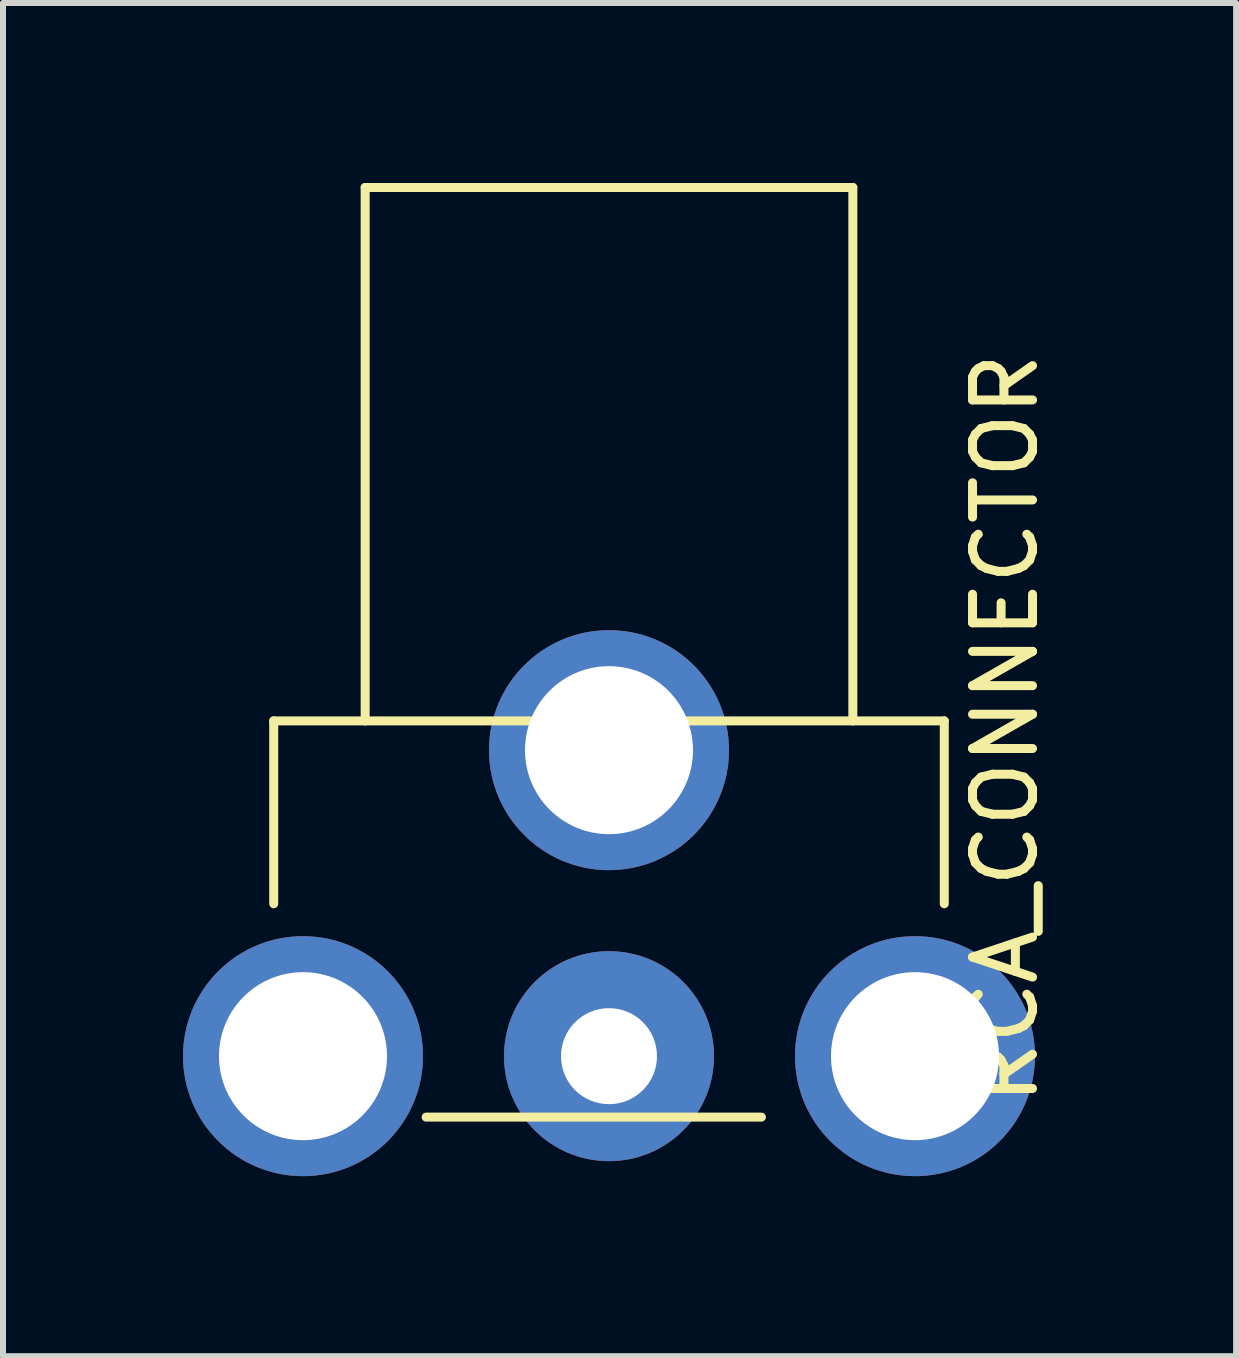
<source format=kicad_pcb>
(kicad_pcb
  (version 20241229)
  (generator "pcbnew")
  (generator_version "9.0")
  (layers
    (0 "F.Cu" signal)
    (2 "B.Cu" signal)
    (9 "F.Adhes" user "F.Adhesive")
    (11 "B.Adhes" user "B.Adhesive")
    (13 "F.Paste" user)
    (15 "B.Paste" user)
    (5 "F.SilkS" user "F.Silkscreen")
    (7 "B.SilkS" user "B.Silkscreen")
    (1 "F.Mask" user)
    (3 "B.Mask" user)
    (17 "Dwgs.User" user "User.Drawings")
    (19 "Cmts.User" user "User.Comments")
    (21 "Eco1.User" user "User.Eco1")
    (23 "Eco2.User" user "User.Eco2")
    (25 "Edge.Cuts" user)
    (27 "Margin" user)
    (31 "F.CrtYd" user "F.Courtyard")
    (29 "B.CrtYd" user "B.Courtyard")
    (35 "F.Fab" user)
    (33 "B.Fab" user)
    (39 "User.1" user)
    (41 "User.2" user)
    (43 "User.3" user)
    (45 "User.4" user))
  (footprint "RCA_CONNECTOR"
    (layer "F.Cu")
    (at 7.1 14.553)
    (property "Reference" "RCA_CONNECTOR" (at 6.604 -5.461 90) (layer "F.SilkS") (effects (font (size 1 1) (thickness 0.15))))
    (attr through_hole)
    (fp_line (start -5.588 -5.588) (end 5.588 -5.588) (stroke (width 0.15) (type solid)) (layer "F.SilkS"))
    (fp_line (start -5.588 -2.54) (end -5.588 -5.588) (stroke (width 0.15) (type solid)) (layer "F.SilkS"))
    (fp_line (start -4.064 -14.478) (end -4.064 -5.588) (stroke (width 0.15) (type solid)) (layer "F.SilkS"))
    (fp_line (start -4.064 -14.478) (end 4.064 -14.478) (stroke (width 0.15) (type solid)) (layer "F.SilkS"))
    (fp_line (start -3.048 1.016) (end 2.54 1.016) (stroke (width 0.15) (type solid)) (layer "F.SilkS"))
    (fp_line (start 4.064 -14.478) (end 4.064 -5.588) (stroke (width 0.15) (type solid)) (layer "F.SilkS"))
    (fp_line (start 5.588 -2.54) (end 5.588 -5.588) (stroke (width 0.15) (type solid)) (layer "F.SilkS"))
    (pad "1" thru_hole circle (at 0 0) (size 3.5 3.5) (drill 1.6) (layers "*.Cu" "*.Mask"))
    (pad "2" thru_hole circle (at -5.1 0) (size 4 4) (drill 2.8) (layers "*.Cu" "*.Mask"))
    (pad "2" thru_hole circle (at 0 -5.1) (size 4 4) (drill 2.8) (layers "*.Cu" "*.Mask"))
    (pad "2" thru_hole circle (at 5.1 0) (size 4 4) (drill 2.8) (layers "*.Cu" "*.Mask")))
  (gr_rect
    (start -3 -3)
    (end 17.552 19.553)
    (stroke (width 0.1) (type default))
    (fill no)
    (layer "Edge.Cuts")))
</source>
